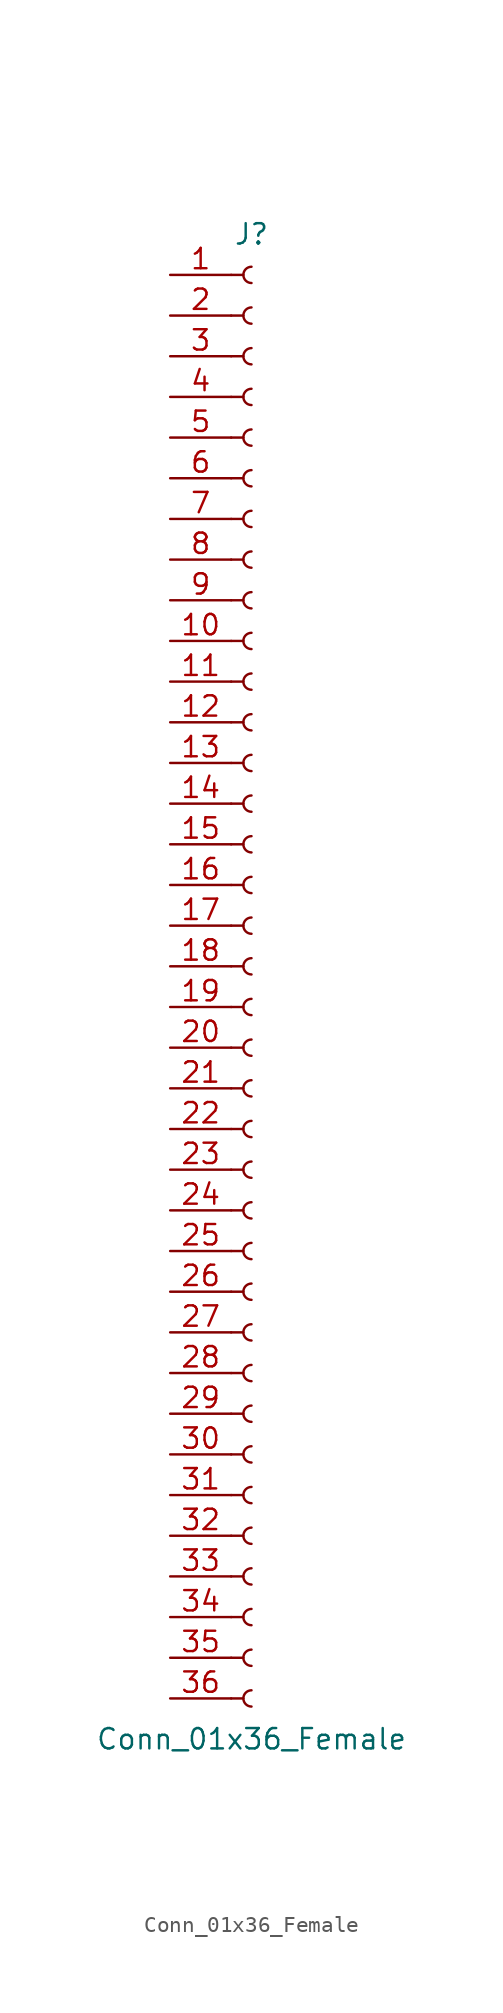
<source format=kicad_sym>
(kicad_symbol_lib
  (version 20220914)
  (generator kicad_symbol_editor)
  (symbol "Conn_01x36_Female"
    (pin_names
      (offset 1.016) hide)
    (property "Reference" "J"
      (at 0 45.72 0)
      (effects (font (size 1.27 1.27))))
    (property "Value" "Conn_01x36_Female"
      (at 0 -48.26 0)
      (effects (font (size 1.27 1.27))))
    (symbol "Conn_01x36_Female_1_1"
      (arc (start 0 -45.212) (mid -0.5058 -45.72) (end 0 -46.228) (stroke (width 0.1524) (type solid)) (fill (type none)))
      (arc (start 0 -42.672) (mid -0.5058 -43.18) (end 0 -43.688) (stroke (width 0.1524) (type solid)) (fill (type none)))
      (arc (start 0 -40.132) (mid -0.5058 -40.64) (end 0 -41.148) (stroke (width 0.1524) (type solid)) (fill (type none)))
      (arc (start 0 -37.592) (mid -0.5058 -38.1) (end 0 -38.608) (stroke (width 0.1524) (type solid)) (fill (type none)))
      (arc (start 0 -35.052) (mid -0.5058 -35.56) (end 0 -36.068) (stroke (width 0.1524) (type solid)) (fill (type none)))
      (arc (start 0 -32.512) (mid -0.5058 -33.02) (end 0 -33.528) (stroke (width 0.1524) (type solid)) (fill (type none)))
      (arc (start 0 -29.972) (mid -0.5058 -30.48) (end 0 -30.988) (stroke (width 0.1524) (type solid)) (fill (type none)))
      (arc (start 0 -27.432) (mid -0.5058 -27.94) (end 0 -28.448) (stroke (width 0.1524) (type solid)) (fill (type none)))
      (arc (start 0 -24.892) (mid -0.5058 -25.4) (end 0 -25.908) (stroke (width 0.1524) (type solid)) (fill (type none)))
      (arc (start 0 -22.352) (mid -0.5058 -22.86) (end 0 -23.368) (stroke (width 0.1524) (type solid)) (fill (type none)))
      (arc (start 0 -19.812) (mid -0.5058 -20.32) (end 0 -20.828) (stroke (width 0.1524) (type solid)) (fill (type none)))
      (arc (start 0 -17.272) (mid -0.5058 -17.78) (end 0 -18.288) (stroke (width 0.1524) (type solid)) (fill (type none)))
      (arc (start 0 -14.732) (mid -0.5058 -15.24) (end 0 -15.748) (stroke (width 0.1524) (type solid)) (fill (type none)))
      (arc (start 0 -12.192) (mid -0.5058 -12.7) (end 0 -13.208) (stroke (width 0.1524) (type solid)) (fill (type none)))
      (arc (start 0 -9.652) (mid -0.5058 -10.16) (end 0 -10.668) (stroke (width 0.1524) (type solid)) (fill (type none)))
      (arc (start 0 -7.112) (mid -0.5058 -7.62) (end 0 -8.128) (stroke (width 0.1524) (type solid)) (fill (type none)))
      (arc (start 0 -4.572) (mid -0.5058 -5.08) (end 0 -5.588) (stroke (width 0.1524) (type solid)) (fill (type none)))
      (arc (start 0 -2.032) (mid -0.5058 -2.54) (end 0 -3.048) (stroke (width 0.1524) (type solid)) (fill (type none)))
      (polyline (pts (xy -1.27 -45.72) (xy -0.508 -45.72)) (stroke (width 0.152) (type solid)) (fill (type none)))
      (polyline (pts (xy -1.27 -43.18) (xy -0.508 -43.18)) (stroke (width 0.152) (type solid)) (fill (type none)))
      (polyline (pts (xy -1.27 -40.64) (xy -0.508 -40.64)) (stroke (width 0.152) (type solid)) (fill (type none)))
      (polyline (pts (xy -1.27 -38.1) (xy -0.508 -38.1)) (stroke (width 0.152) (type solid)) (fill (type none)))
      (polyline (pts (xy -1.27 -35.56) (xy -0.508 -35.56)) (stroke (width 0.152) (type solid)) (fill (type none)))
      (polyline (pts (xy -1.27 -33.02) (xy -0.508 -33.02)) (stroke (width 0.152) (type solid)) (fill (type none)))
      (polyline (pts (xy -1.27 -30.48) (xy -0.508 -30.48)) (stroke (width 0.152) (type solid)) (fill (type none)))
      (polyline (pts (xy -1.27 -27.94) (xy -0.508 -27.94)) (stroke (width 0.152) (type solid)) (fill (type none)))
      (polyline (pts (xy -1.27 -25.4) (xy -0.508 -25.4)) (stroke (width 0.152) (type solid)) (fill (type none)))
      (polyline (pts (xy -1.27 -22.86) (xy -0.508 -22.86)) (stroke (width 0.152) (type solid)) (fill (type none)))
      (polyline (pts (xy -1.27 -20.32) (xy -0.508 -20.32)) (stroke (width 0.152) (type solid)) (fill (type none)))
      (polyline (pts (xy -1.27 -17.78) (xy -0.508 -17.78)) (stroke (width 0.152) (type solid)) (fill (type none)))
      (polyline (pts (xy -1.27 -15.24) (xy -0.508 -15.24)) (stroke (width 0.152) (type solid)) (fill (type none)))
      (polyline (pts (xy -1.27 -12.7) (xy -0.508 -12.7)) (stroke (width 0.152) (type solid)) (fill (type none)))
      (polyline (pts (xy -1.27 -10.16) (xy -0.508 -10.16)) (stroke (width 0.152) (type solid)) (fill (type none)))
      (polyline (pts (xy -1.27 -7.62) (xy -0.508 -7.62)) (stroke (width 0.152) (type solid)) (fill (type none)))
      (polyline (pts (xy -1.27 -5.08) (xy -0.508 -5.08)) (stroke (width 0.152) (type solid)) (fill (type none)))
      (polyline (pts (xy -1.27 -2.54) (xy -0.508 -2.54)) (stroke (width 0.152) (type solid)) (fill (type none)))
      (polyline (pts (xy -1.27 0) (xy -0.508 0)) (stroke (width 0.152) (type solid)) (fill (type none)))
      (polyline (pts (xy -1.27 2.54) (xy -0.508 2.54)) (stroke (width 0.152) (type solid)) (fill (type none)))
      (polyline (pts (xy -1.27 5.08) (xy -0.508 5.08)) (stroke (width 0.152) (type solid)) (fill (type none)))
      (polyline (pts (xy -1.27 7.62) (xy -0.508 7.62)) (stroke (width 0.152) (type solid)) (fill (type none)))
      (polyline (pts (xy -1.27 10.16) (xy -0.508 10.16)) (stroke (width 0.152) (type solid)) (fill (type none)))
      (polyline (pts (xy -1.27 12.7) (xy -0.508 12.7)) (stroke (width 0.152) (type solid)) (fill (type none)))
      (polyline (pts (xy -1.27 15.24) (xy -0.508 15.24)) (stroke (width 0.152) (type solid)) (fill (type none)))
      (polyline (pts (xy -1.27 17.78) (xy -0.508 17.78)) (stroke (width 0.152) (type solid)) (fill (type none)))
      (polyline (pts (xy -1.27 20.32) (xy -0.508 20.32)) (stroke (width 0.152) (type solid)) (fill (type none)))
      (polyline (pts (xy -1.27 22.86) (xy -0.508 22.86)) (stroke (width 0.152) (type solid)) (fill (type none)))
      (polyline (pts (xy -1.27 25.4) (xy -0.508 25.4)) (stroke (width 0.152) (type solid)) (fill (type none)))
      (polyline (pts (xy -1.27 27.94) (xy -0.508 27.94)) (stroke (width 0.152) (type solid)) (fill (type none)))
      (polyline (pts (xy -1.27 30.48) (xy -0.508 30.48)) (stroke (width 0.152) (type solid)) (fill (type none)))
      (polyline (pts (xy -1.27 33.02) (xy -0.508 33.02)) (stroke (width 0.152) (type solid)) (fill (type none)))
      (polyline (pts (xy -1.27 35.56) (xy -0.508 35.56)) (stroke (width 0.152) (type solid)) (fill (type none)))
      (polyline (pts (xy -1.27 38.1) (xy -0.508 38.1)) (stroke (width 0.152) (type solid)) (fill (type none)))
      (polyline (pts (xy -1.27 40.64) (xy -0.508 40.64)) (stroke (width 0.152) (type solid)) (fill (type none)))
      (polyline (pts (xy -1.27 43.18) (xy -0.508 43.18)) (stroke (width 0.152) (type solid)) (fill (type none)))
      (arc (start 0 0.508) (mid -0.5058 0) (end 0 -0.508) (stroke (width 0.1524) (type solid)) (fill (type none)))
      (arc (start 0 3.048) (mid -0.5058 2.54) (end 0 2.032) (stroke (width 0.1524) (type solid)) (fill (type none)))
      (arc (start 0 5.588) (mid -0.5058 5.08) (end 0 4.572) (stroke (width 0.1524) (type solid)) (fill (type none)))
      (arc (start 0 8.128) (mid -0.5058 7.62) (end 0 7.112) (stroke (width 0.1524) (type solid)) (fill (type none)))
      (arc (start 0 10.668) (mid -0.5058 10.16) (end 0 9.652) (stroke (width 0.1524) (type solid)) (fill (type none)))
      (arc (start 0 13.208) (mid -0.5058 12.7) (end 0 12.192) (stroke (width 0.1524) (type solid)) (fill (type none)))
      (arc (start 0 15.748) (mid -0.5058 15.24) (end 0 14.732) (stroke (width 0.1524) (type solid)) (fill (type none)))
      (arc (start 0 18.288) (mid -0.5058 17.78) (end 0 17.272) (stroke (width 0.1524) (type solid)) (fill (type none)))
      (arc (start 0 20.828) (mid -0.5058 20.32) (end 0 19.812) (stroke (width 0.1524) (type solid)) (fill (type none)))
      (arc (start 0 23.368) (mid -0.5058 22.86) (end 0 22.352) (stroke (width 0.1524) (type solid)) (fill (type none)))
      (arc (start 0 25.908) (mid -0.5058 25.4) (end 0 24.892) (stroke (width 0.1524) (type solid)) (fill (type none)))
      (arc (start 0 28.448) (mid -0.5058 27.94) (end 0 27.432) (stroke (width 0.1524) (type solid)) (fill (type none)))
      (arc (start 0 30.988) (mid -0.5058 30.48) (end 0 29.972) (stroke (width 0.1524) (type solid)) (fill (type none)))
      (arc (start 0 33.528) (mid -0.5058 33.02) (end 0 32.512) (stroke (width 0.1524) (type solid)) (fill (type none)))
      (arc (start 0 36.068) (mid -0.5058 35.56) (end 0 35.052) (stroke (width 0.1524) (type solid)) (fill (type none)))
      (arc (start 0 38.608) (mid -0.5058 38.1) (end 0 37.592) (stroke (width 0.1524) (type solid)) (fill (type none)))
      (arc (start 0 41.148) (mid -0.5058 40.64) (end 0 40.132) (stroke (width 0.1524) (type solid)) (fill (type none)))
      (arc (start 0 43.688) (mid -0.5058 43.18) (end 0 42.672) (stroke (width 0.1524) (type solid)) (fill (type none)))
      (pin passive line (at -5.08 43.18 0) (length 3.81) (name "Pin_1" (effects (font (size 1.27 1.27)))) (number "1" (effects (font (size 1.27 1.27)))))
      (pin passive line (at -5.08 20.32 0) (length 3.81) (name "Pin_10" (effects (font (size 1.27 1.27)))) (number "10" (effects (font (size 1.27 1.27)))))
      (pin passive line (at -5.08 17.78 0) (length 3.81) (name "Pin_11" (effects (font (size 1.27 1.27)))) (number "11" (effects (font (size 1.27 1.27)))))
      (pin passive line (at -5.08 15.24 0) (length 3.81) (name "Pin_12" (effects (font (size 1.27 1.27)))) (number "12" (effects (font (size 1.27 1.27)))))
      (pin passive line (at -5.08 12.7 0) (length 3.81) (name "Pin_13" (effects (font (size 1.27 1.27)))) (number "13" (effects (font (size 1.27 1.27)))))
      (pin passive line (at -5.08 10.16 0) (length 3.81) (name "Pin_14" (effects (font (size 1.27 1.27)))) (number "14" (effects (font (size 1.27 1.27)))))
      (pin passive line (at -5.08 7.62 0) (length 3.81) (name "Pin_15" (effects (font (size 1.27 1.27)))) (number "15" (effects (font (size 1.27 1.27)))))
      (pin passive line (at -5.08 5.08 0) (length 3.81) (name "Pin_16" (effects (font (size 1.27 1.27)))) (number "16" (effects (font (size 1.27 1.27)))))
      (pin passive line (at -5.08 2.54 0) (length 3.81) (name "Pin_17" (effects (font (size 1.27 1.27)))) (number "17" (effects (font (size 1.27 1.27)))))
      (pin passive line (at -5.08 0 0) (length 3.81) (name "Pin_18" (effects (font (size 1.27 1.27)))) (number "18" (effects (font (size 1.27 1.27)))))
      (pin passive line (at -5.08 -2.54 0) (length 3.81) (name "Pin_19" (effects (font (size 1.27 1.27)))) (number "19" (effects (font (size 1.27 1.27)))))
      (pin passive line (at -5.08 40.64 0) (length 3.81) (name "Pin_2" (effects (font (size 1.27 1.27)))) (number "2" (effects (font (size 1.27 1.27)))))
      (pin passive line (at -5.08 -5.08 0) (length 3.81) (name "Pin_20" (effects (font (size 1.27 1.27)))) (number "20" (effects (font (size 1.27 1.27)))))
      (pin passive line (at -5.08 -7.62 0) (length 3.81) (name "Pin_21" (effects (font (size 1.27 1.27)))) (number "21" (effects (font (size 1.27 1.27)))))
      (pin passive line (at -5.08 -10.16 0) (length 3.81) (name "Pin_22" (effects (font (size 1.27 1.27)))) (number "22" (effects (font (size 1.27 1.27)))))
      (pin passive line (at -5.08 -12.7 0) (length 3.81) (name "Pin_23" (effects (font (size 1.27 1.27)))) (number "23" (effects (font (size 1.27 1.27)))))
      (pin passive line (at -5.08 -15.24 0) (length 3.81) (name "Pin_24" (effects (font (size 1.27 1.27)))) (number "24" (effects (font (size 1.27 1.27)))))
      (pin passive line (at -5.08 -17.78 0) (length 3.81) (name "Pin_25" (effects (font (size 1.27 1.27)))) (number "25" (effects (font (size 1.27 1.27)))))
      (pin passive line (at -5.08 -20.32 0) (length 3.81) (name "Pin_26" (effects (font (size 1.27 1.27)))) (number "26" (effects (font (size 1.27 1.27)))))
      (pin passive line (at -5.08 -22.86 0) (length 3.81) (name "Pin_27" (effects (font (size 1.27 1.27)))) (number "27" (effects (font (size 1.27 1.27)))))
      (pin passive line (at -5.08 -25.4 0) (length 3.81) (name "Pin_28" (effects (font (size 1.27 1.27)))) (number "28" (effects (font (size 1.27 1.27)))))
      (pin passive line (at -5.08 -27.94 0) (length 3.81) (name "Pin_29" (effects (font (size 1.27 1.27)))) (number "29" (effects (font (size 1.27 1.27)))))
      (pin passive line (at -5.08 38.1 0) (length 3.81) (name "Pin_3" (effects (font (size 1.27 1.27)))) (number "3" (effects (font (size 1.27 1.27)))))
      (pin passive line (at -5.08 -30.48 0) (length 3.81) (name "Pin_30" (effects (font (size 1.27 1.27)))) (number "30" (effects (font (size 1.27 1.27)))))
      (pin passive line (at -5.08 -33.02 0) (length 3.81) (name "Pin_31" (effects (font (size 1.27 1.27)))) (number "31" (effects (font (size 1.27 1.27)))))
      (pin passive line (at -5.08 -35.56 0) (length 3.81) (name "Pin_32" (effects (font (size 1.27 1.27)))) (number "32" (effects (font (size 1.27 1.27)))))
      (pin passive line (at -5.08 -38.1 0) (length 3.81) (name "Pin_33" (effects (font (size 1.27 1.27)))) (number "33" (effects (font (size 1.27 1.27)))))
      (pin passive line (at -5.08 -40.64 0) (length 3.81) (name "Pin_34" (effects (font (size 1.27 1.27)))) (number "34" (effects (font (size 1.27 1.27)))))
      (pin passive line (at -5.08 -43.18 0) (length 3.81) (name "Pin_35" (effects (font (size 1.27 1.27)))) (number "35" (effects (font (size 1.27 1.27)))))
      (pin passive line (at -5.08 -45.72 0) (length 3.81) (name "Pin_36" (effects (font (size 1.27 1.27)))) (number "36" (effects (font (size 1.27 1.27)))))
      (pin passive line (at -5.08 35.56 0) (length 3.81) (name "Pin_4" (effects (font (size 1.27 1.27)))) (number "4" (effects (font (size 1.27 1.27)))))
      (pin passive line (at -5.08 33.02 0) (length 3.81) (name "Pin_5" (effects (font (size 1.27 1.27)))) (number "5" (effects (font (size 1.27 1.27)))))
      (pin passive line (at -5.08 30.48 0) (length 3.81) (name "Pin_6" (effects (font (size 1.27 1.27)))) (number "6" (effects (font (size 1.27 1.27)))))
      (pin passive line (at -5.08 27.94 0) (length 3.81) (name "Pin_7" (effects (font (size 1.27 1.27)))) (number "7" (effects (font (size 1.27 1.27)))))
      (pin passive line (at -5.08 25.4 0) (length 3.81) (name "Pin_8" (effects (font (size 1.27 1.27)))) (number "8" (effects (font (size 1.27 1.27)))))
      (pin passive line (at -5.08 22.86 0) (length 3.81) (name "Pin_9" (effects (font (size 1.27 1.27)))) (number "9" (effects (font (size 1.27 1.27))))))))
</source>
